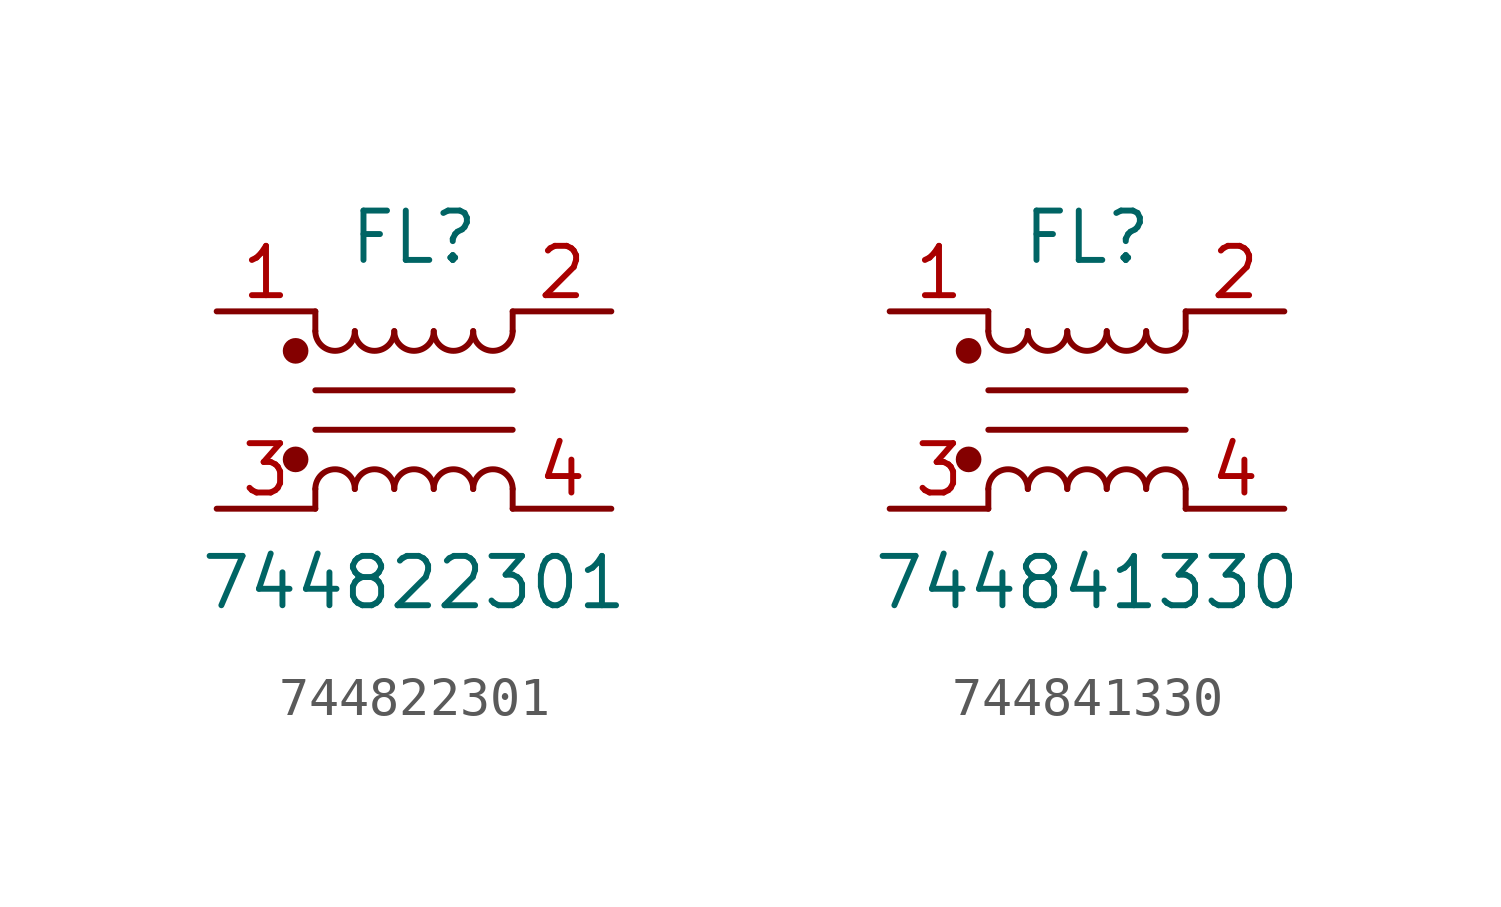
<source format=kicad_sym>
(kicad_symbol_lib
  (version 20220914)
  (generator kicad_db_lib)
  (symbol "744822301"
    (pin_names
      (offset 0.254) hide)
    (property "Reference" "FL"
      (at 0 4.445 0)
      (effects (font (size 1.27 1.27))))
    (property "Value" "744822301"
      (at 0 -4.445 0)
      (effects (font (size 1.27 1.27))))
    (symbol "744822301_0_1"
      (circle (center -3.048 -1.27) (radius 0.254) (stroke (width 0) (type default)) (fill (type outline)))
      (circle (center -3.048 1.524) (radius 0.254) (stroke (width 0) (type default)) (fill (type outline)))
      (arc (start -2.54 2.032) (mid -2.032 1.5262) (end -1.524 2.032) (stroke (width 0) (type default)) (fill (type none)))
      (arc (start -1.524 -2.032) (mid -2.032 -1.5262) (end -2.54 -2.032) (stroke (width 0) (type default)) (fill (type none)))
      (arc (start -1.524 2.032) (mid -1.016 1.5262) (end -0.508 2.032) (stroke (width 0) (type default)) (fill (type none)))
      (arc (start -0.508 -2.032) (mid -1.016 -1.5262) (end -1.524 -2.032) (stroke (width 0) (type default)) (fill (type none)))
      (arc (start -0.508 2.032) (mid 0 1.5262) (end 0.508 2.032) (stroke (width 0) (type default)) (fill (type none)))
      (polyline (pts (xy -2.54 -2.032) (xy -2.54 -2.54)) (stroke (width 0) (type default)) (fill (type none)))
      (polyline (pts (xy -2.54 0.508) (xy 2.54 0.508)) (stroke (width 0) (type default)) (fill (type none)))
      (polyline (pts (xy -2.54 2.032) (xy -2.54 2.54)) (stroke (width 0) (type default)) (fill (type none)))
      (polyline (pts (xy 2.54 -2.032) (xy 2.54 -2.54)) (stroke (width 0) (type default)) (fill (type none)))
      (polyline (pts (xy 2.54 -0.508) (xy -2.54 -0.508)) (stroke (width 0) (type default)) (fill (type none)))
      (polyline (pts (xy 2.54 2.54) (xy 2.54 2.032)) (stroke (width 0) (type default)) (fill (type none)))
      (arc (start 0.508 -2.032) (mid 0 -1.5262) (end -0.508 -2.032) (stroke (width 0) (type default)) (fill (type none)))
      (arc (start 0.508 2.032) (mid 1.016 1.5262) (end 1.524 2.032) (stroke (width 0) (type default)) (fill (type none)))
      (arc (start 1.524 -2.032) (mid 1.016 -1.5262) (end 0.508 -2.032) (stroke (width 0) (type default)) (fill (type none)))
      (arc (start 1.524 2.032) (mid 2.032 1.5262) (end 2.54 2.032) (stroke (width 0) (type default)) (fill (type none)))
      (arc (start 2.54 -2.032) (mid 2.032 -1.5262) (end 1.524 -2.032) (stroke (width 0) (type default)) (fill (type none))))
    (symbol "744822301_1_1"
      (pin passive line (at -5.08 2.54 0) (length 2.54) (name "1" (effects (font (size 1.27 1.27)))) (number "1" (effects (font (size 1.27 1.27)))))
      (pin passive line (at 5.08 2.54 180) (length 2.54) (name "2" (effects (font (size 1.27 1.27)))) (number "2" (effects (font (size 1.27 1.27)))))
      (pin passive line (at -5.08 -2.54 0) (length 2.54) (name "3" (effects (font (size 1.27 1.27)))) (number "3" (effects (font (size 1.27 1.27)))))
      (pin passive line (at 5.08 -2.54 180) (length 2.54) (name "4" (effects (font (size 1.27 1.27)))) (number "4" (effects (font (size 1.27 1.27)))))))
  (symbol "744841330"
    (pin_names
      (offset 0.254) hide)
    (property "Reference" "FL"
      (at 0 4.445 0)
      (effects (font (size 1.27 1.27))))
    (property "Value" "744841330"
      (at 0 -4.445 0)
      (effects (font (size 1.27 1.27))))
    (symbol "744841330_0_1"
      (circle (center -3.048 -1.27) (radius 0.254) (stroke (width 0) (type default)) (fill (type outline)))
      (circle (center -3.048 1.524) (radius 0.254) (stroke (width 0) (type default)) (fill (type outline)))
      (arc (start -2.54 2.032) (mid -2.032 1.5262) (end -1.524 2.032) (stroke (width 0) (type default)) (fill (type none)))
      (arc (start -1.524 -2.032) (mid -2.032 -1.5262) (end -2.54 -2.032) (stroke (width 0) (type default)) (fill (type none)))
      (arc (start -1.524 2.032) (mid -1.016 1.5262) (end -0.508 2.032) (stroke (width 0) (type default)) (fill (type none)))
      (arc (start -0.508 -2.032) (mid -1.016 -1.5262) (end -1.524 -2.032) (stroke (width 0) (type default)) (fill (type none)))
      (arc (start -0.508 2.032) (mid 0 1.5262) (end 0.508 2.032) (stroke (width 0) (type default)) (fill (type none)))
      (polyline (pts (xy -2.54 -2.032) (xy -2.54 -2.54)) (stroke (width 0) (type default)) (fill (type none)))
      (polyline (pts (xy -2.54 0.508) (xy 2.54 0.508)) (stroke (width 0) (type default)) (fill (type none)))
      (polyline (pts (xy -2.54 2.032) (xy -2.54 2.54)) (stroke (width 0) (type default)) (fill (type none)))
      (polyline (pts (xy 2.54 -2.032) (xy 2.54 -2.54)) (stroke (width 0) (type default)) (fill (type none)))
      (polyline (pts (xy 2.54 -0.508) (xy -2.54 -0.508)) (stroke (width 0) (type default)) (fill (type none)))
      (polyline (pts (xy 2.54 2.54) (xy 2.54 2.032)) (stroke (width 0) (type default)) (fill (type none)))
      (arc (start 0.508 -2.032) (mid 0 -1.5262) (end -0.508 -2.032) (stroke (width 0) (type default)) (fill (type none)))
      (arc (start 0.508 2.032) (mid 1.016 1.5262) (end 1.524 2.032) (stroke (width 0) (type default)) (fill (type none)))
      (arc (start 1.524 -2.032) (mid 1.016 -1.5262) (end 0.508 -2.032) (stroke (width 0) (type default)) (fill (type none)))
      (arc (start 1.524 2.032) (mid 2.032 1.5262) (end 2.54 2.032) (stroke (width 0) (type default)) (fill (type none)))
      (arc (start 2.54 -2.032) (mid 2.032 -1.5262) (end 1.524 -2.032) (stroke (width 0) (type default)) (fill (type none))))
    (symbol "744841330_1_1"
      (pin passive line (at -5.08 2.54 0) (length 2.54) (name "1" (effects (font (size 1.27 1.27)))) (number "1" (effects (font (size 1.27 1.27)))))
      (pin passive line (at 5.08 2.54 180) (length 2.54) (name "2" (effects (font (size 1.27 1.27)))) (number "2" (effects (font (size 1.27 1.27)))))
      (pin passive line (at -5.08 -2.54 0) (length 2.54) (name "3" (effects (font (size 1.27 1.27)))) (number "3" (effects (font (size 1.27 1.27)))))
      (pin passive line (at 5.08 -2.54 180) (length 2.54) (name "4" (effects (font (size 1.27 1.27)))) (number "4" (effects (font (size 1.27 1.27))))))))
</source>
